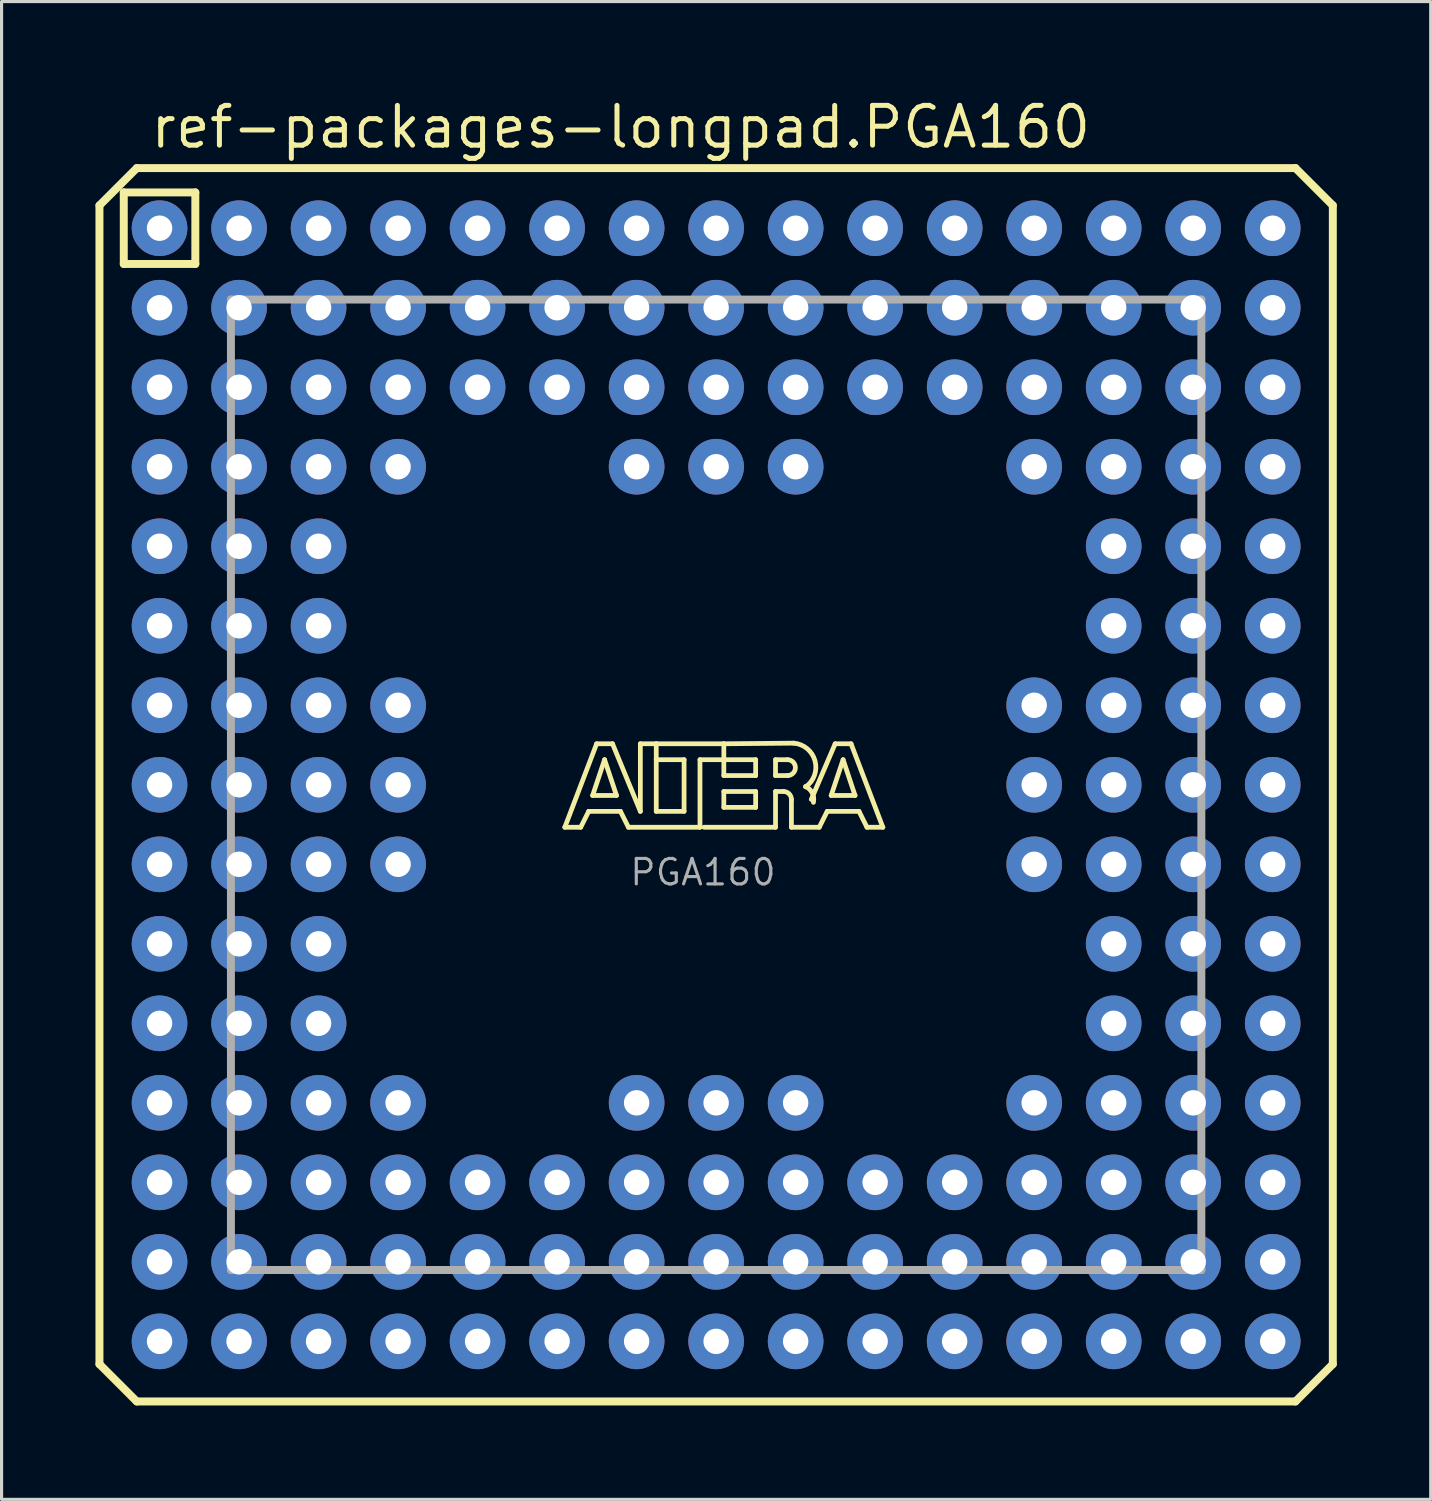
<source format=kicad_pcb>
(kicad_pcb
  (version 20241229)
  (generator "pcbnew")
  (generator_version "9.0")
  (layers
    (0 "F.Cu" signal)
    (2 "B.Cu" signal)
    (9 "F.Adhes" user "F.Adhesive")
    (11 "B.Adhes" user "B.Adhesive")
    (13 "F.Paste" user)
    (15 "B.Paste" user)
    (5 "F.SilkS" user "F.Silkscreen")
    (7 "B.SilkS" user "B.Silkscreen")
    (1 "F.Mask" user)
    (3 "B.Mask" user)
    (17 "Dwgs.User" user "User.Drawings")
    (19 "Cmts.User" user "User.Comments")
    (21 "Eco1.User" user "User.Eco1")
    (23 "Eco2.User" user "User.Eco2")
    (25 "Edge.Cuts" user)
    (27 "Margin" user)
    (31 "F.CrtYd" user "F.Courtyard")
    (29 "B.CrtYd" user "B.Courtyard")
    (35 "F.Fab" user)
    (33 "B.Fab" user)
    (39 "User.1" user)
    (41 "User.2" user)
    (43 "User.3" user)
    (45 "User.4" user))
  (footprint "ref-packages-longpad.PGA160"
    (layer "F.Cu")
    (at 19.827 22.02)
    (property "Reference" "ref-packages-longpad.PGA160" (at -18.15 -20.27 0) (layer "F.SilkS") (effects (font (size 1.27 1.27) (thickness 0.16)) (justify left bottom)))
    (attr through_hole)
    (fp_line (start -19.7 -18.508) (end -18.508 -19.7) (stroke (width 0.254) (type default)) (layer "F.SilkS"))
    (fp_line (start -19.7 18.508) (end -19.7 -18.508) (stroke (width 0.254) (type default)) (layer "F.SilkS"))
    (fp_line (start -18.923 -18.923) (end -16.637 -18.923) (stroke (width 0.254) (type default)) (layer "F.SilkS"))
    (fp_line (start -18.923 -16.637) (end -18.923 -18.923) (stroke (width 0.254) (type default)) (layer "F.SilkS"))
    (fp_line (start -18.508 -19.7) (end 18.508 -19.7) (stroke (width 0.254) (type default)) (layer "F.SilkS"))
    (fp_line (start -18.508 19.7) (end -19.7 18.508) (stroke (width 0.254) (type default)) (layer "F.SilkS"))
    (fp_line (start -16.637 -18.923) (end -16.637 -16.637) (stroke (width 0.254) (type default)) (layer "F.SilkS"))
    (fp_line (start -16.637 -16.637) (end -18.923 -16.637) (stroke (width 0.254) (type default)) (layer "F.SilkS"))
    (fp_line (start -4.834 1.357) (end -3.818 -1.31) (stroke (width 0.152) (type default)) (layer "F.SilkS"))
    (fp_line (start -4.326 1.357) (end -4.834 1.357) (stroke (width 0.152) (type default)) (layer "F.SilkS"))
    (fp_line (start -4.072 0.849) (end -4.326 1.357) (stroke (width 0.152) (type default)) (layer "F.SilkS"))
    (fp_line (start -3.945 0.341) (end -3.183 0.341) (stroke (width 0.152) (type default)) (layer "F.SilkS"))
    (fp_line (start -3.818 -1.31) (end -3.31 -1.31) (stroke (width 0.152) (type default)) (layer "F.SilkS"))
    (fp_line (start -3.564 -0.802) (end -3.945 0.341) (stroke (width 0.152) (type default)) (layer "F.SilkS"))
    (fp_line (start -3.31 -1.31) (end -2.421 0.849) (stroke (width 0.152) (type default)) (layer "F.SilkS"))
    (fp_line (start -3.183 0.341) (end -3.564 -0.802) (stroke (width 0.152) (type default)) (layer "F.SilkS"))
    (fp_line (start -3.056 0.849) (end -4.072 0.849) (stroke (width 0.152) (type default)) (layer "F.SilkS"))
    (fp_line (start -2.802 1.357) (end -3.056 0.849) (stroke (width 0.152) (type default)) (layer "F.SilkS"))
    (fp_line (start -2.421 -1.31) (end -1.913 -1.31) (stroke (width 0.152) (type default)) (layer "F.SilkS"))
    (fp_line (start -2.421 0.849) (end -2.421 -1.31) (stroke (width 0.152) (type default)) (layer "F.SilkS"))
    (fp_line (start -1.913 -1.31) (end -1.913 -0.802) (stroke (width 0.152) (type default)) (layer "F.SilkS"))
    (fp_line (start -1.913 -1.31) (end 0.246 -1.31) (stroke (width 0.152) (type default)) (layer "F.SilkS"))
    (fp_line (start -1.913 -0.802) (end -1.913 0.849) (stroke (width 0.152) (type default)) (layer "F.SilkS"))
    (fp_line (start -1.913 0.849) (end -1.024 0.849) (stroke (width 0.152) (type default)) (layer "F.SilkS"))
    (fp_line (start -1.024 -0.802) (end -1.913 -0.802) (stroke (width 0.152) (type default)) (layer "F.SilkS"))
    (fp_line (start -1.024 0.849) (end -1.024 -0.802) (stroke (width 0.152) (type default)) (layer "F.SilkS"))
    (fp_line (start -0.516 -0.802) (end -0.516 1.357) (stroke (width 0.152) (type default)) (layer "F.SilkS"))
    (fp_line (start -0.516 1.357) (end -2.802 1.357) (stroke (width 0.152) (type default)) (layer "F.SilkS"))
    (fp_line (start 0.246 -1.31) (end 0.246 -0.802) (stroke (width 0.152) (type default)) (layer "F.SilkS"))
    (fp_line (start 0.246 -1.31) (end 2.478 -1.33) (stroke (width 0.152) (type default)) (layer "F.SilkS"))
    (fp_line (start 0.246 -0.802) (end -0.516 -0.802) (stroke (width 0.152) (type default)) (layer "F.SilkS"))
    (fp_line (start 0.246 -0.802) (end 0.246 -0.294) (stroke (width 0.152) (type default)) (layer "F.SilkS"))
    (fp_line (start 0.246 -0.294) (end 1.262 -0.294) (stroke (width 0.152) (type default)) (layer "F.SilkS"))
    (fp_line (start 0.246 0.214) (end 1.262 0.214) (stroke (width 0.152) (type default)) (layer "F.SilkS"))
    (fp_line (start 0.246 0.722) (end 0.246 0.214) (stroke (width 0.152) (type default)) (layer "F.SilkS"))
    (fp_line (start 1.262 -0.802) (end 0.246 -0.802) (stroke (width 0.152) (type default)) (layer "F.SilkS"))
    (fp_line (start 1.262 -0.294) (end 1.262 -0.802) (stroke (width 0.152) (type default)) (layer "F.SilkS"))
    (fp_line (start 1.262 0.214) (end 1.262 0.722) (stroke (width 0.152) (type default)) (layer "F.SilkS"))
    (fp_line (start 1.262 0.722) (end 0.246 0.722) (stroke (width 0.152) (type default)) (layer "F.SilkS"))
    (fp_line (start 1.897 -0.802) (end 1.897 -0.294) (stroke (width 0.152) (type default)) (layer "F.SilkS"))
    (fp_line (start 1.897 -0.294) (end 2.278 -0.294) (stroke (width 0.152) (type default)) (layer "F.SilkS"))
    (fp_line (start 1.897 0.214) (end 1.897 1.357) (stroke (width 0.152) (type default)) (layer "F.SilkS"))
    (fp_line (start 1.897 0.214) (end 2.151 0.214) (stroke (width 0.152) (type default)) (layer "F.SilkS"))
    (fp_line (start 1.897 1.357) (end -0.389 1.357) (stroke (width 0.152) (type default)) (layer "F.SilkS"))
    (fp_line (start 2.278 -0.802) (end 1.897 -0.802) (stroke (width 0.152) (type default)) (layer "F.SilkS"))
    (fp_line (start 2.405 0.468) (end 2.405 1.357) (stroke (width 0.152) (type default)) (layer "F.SilkS"))
    (fp_line (start 2.405 1.357) (end 3.294 1.357) (stroke (width 0.152) (type default)) (layer "F.SilkS"))
    (fp_line (start 3.294 1.357) (end 3.548 0.849) (stroke (width 0.152) (type default)) (layer "F.SilkS"))
    (fp_line (start 3.548 0.849) (end 4.564 0.849) (stroke (width 0.152) (type default)) (layer "F.SilkS"))
    (fp_line (start 3.675 0.341) (end 4.056 -0.802) (stroke (width 0.152) (type default)) (layer "F.SilkS"))
    (fp_line (start 3.802 -1.31) (end 3.04 0.468) (stroke (width 0.152) (type default)) (layer "F.SilkS"))
    (fp_line (start 4.056 -0.802) (end 4.437 0.341) (stroke (width 0.152) (type default)) (layer "F.SilkS"))
    (fp_line (start 4.31 -1.31) (end 3.802 -1.31) (stroke (width 0.152) (type default)) (layer "F.SilkS"))
    (fp_line (start 4.437 0.341) (end 3.675 0.341) (stroke (width 0.152) (type default)) (layer "F.SilkS"))
    (fp_line (start 4.564 0.849) (end 4.818 1.357) (stroke (width 0.152) (type default)) (layer "F.SilkS"))
    (fp_line (start 4.818 1.357) (end 5.326 1.357) (stroke (width 0.152) (type default)) (layer "F.SilkS"))
    (fp_line (start 5.326 1.357) (end 4.31 -1.31) (stroke (width 0.152) (type default)) (layer "F.SilkS"))
    (fp_line (start 18.508 -19.7) (end 19.7 -18.508) (stroke (width 0.254) (type default)) (layer "F.SilkS"))
    (fp_line (start 18.508 19.7) (end -18.508 19.7) (stroke (width 0.254) (type default)) (layer "F.SilkS"))
    (fp_line (start 19.7 -18.508) (end 19.7 18.508) (stroke (width 0.254) (type default)) (layer "F.SilkS"))
    (fp_line (start 19.7 18.508) (end 18.508 19.7) (stroke (width 0.254) (type default)) (layer "F.SilkS"))
    (fp_arc (start 2.151 0.214) (mid 2.330605 0.288395) (end 2.405 0.468) (stroke (width 0.1524) (type default)) (layer "F.SilkS"))
    (fp_arc (start 2.278 -0.802) (mid 2.532 -0.548) (end 2.278 -0.294) (stroke (width 0.1524) (type default)) (layer "F.SilkS"))
    (fp_arc (start 2.4785 -1.33) (mid 3.158453 -0.76477) (end 2.8596 0.0674) (stroke (width 0.1524) (type default)) (layer "F.SilkS"))
    (fp_arc (start 2.8543 0.0531) (mid 3.070281 0.262587) (end 3.108 0.5611) (stroke (width 0.1524) (type default)) (layer "F.SilkS"))
    (fp_line (start -15.5 -15.5) (end -15.5 15.5) (stroke (width 0.254) (type default)) (layer "F.Fab"))
    (fp_line (start -15.5 15.5) (end 15.5 15.5) (stroke (width 0.254) (type default)) (layer "F.Fab"))
    (fp_line (start 15.5 -15.5) (end -15.5 -15.5) (stroke (width 0.254) (type default)) (layer "F.Fab"))
    (fp_line (start 15.5 15.5) (end 15.5 -15.5) (stroke (width 0.254) (type default)) (layer "F.Fab"))
    (fp_text user "PGA160" (at -2.81 3.27 0) (layer "F.Fab") (effects (font (size 0.813 0.813) (thickness 0.1)) (justify left bottom)))
    (pad "A1" thru_hole circle (at -17.78 -17.78) (size 1.778 1.778) (drill 0.813) (layers "*.Cu" "*.Mask"))
    (pad "A2" thru_hole circle (at -15.24 -17.78) (size 1.778 1.778) (drill 0.813) (layers "*.Cu" "*.Mask"))
    (pad "A3" thru_hole circle (at -12.7 -17.78) (size 1.778 1.778) (drill 0.813) (layers "*.Cu" "*.Mask"))
    (pad "A4" thru_hole circle (at -10.16 -17.78) (size 1.778 1.778) (drill 0.813) (layers "*.Cu" "*.Mask"))
    (pad "A5" thru_hole circle (at -7.62 -17.78) (size 1.778 1.778) (drill 0.813) (layers "*.Cu" "*.Mask"))
    (pad "A6" thru_hole circle (at -5.08 -17.78) (size 1.778 1.778) (drill 0.813) (layers "*.Cu" "*.Mask"))
    (pad "A7" thru_hole circle (at -2.54 -17.78) (size 1.778 1.778) (drill 0.813) (layers "*.Cu" "*.Mask"))
    (pad "A8" thru_hole circle (at 0 -17.78) (size 1.778 1.778) (drill 0.813) (layers "*.Cu" "*.Mask"))
    (pad "A9" thru_hole circle (at 2.54 -17.78) (size 1.778 1.778) (drill 0.813) (layers "*.Cu" "*.Mask"))
    (pad "A10" thru_hole circle (at 5.08 -17.78) (size 1.778 1.778) (drill 0.813) (layers "*.Cu" "*.Mask"))
    (pad "A11" thru_hole circle (at 7.62 -17.78) (size 1.778 1.778) (drill 0.813) (layers "*.Cu" "*.Mask"))
    (pad "A12" thru_hole circle (at 10.16 -17.78) (size 1.778 1.778) (drill 0.813) (layers "*.Cu" "*.Mask"))
    (pad "A13" thru_hole circle (at 12.7 -17.78) (size 1.778 1.778) (drill 0.813) (layers "*.Cu" "*.Mask"))
    (pad "A14" thru_hole circle (at 15.24 -17.78) (size 1.778 1.778) (drill 0.813) (layers "*.Cu" "*.Mask"))
    (pad "A15" thru_hole circle (at 17.78 -17.78) (size 1.778 1.778) (drill 0.813) (layers "*.Cu" "*.Mask"))
    (pad "B1" thru_hole circle (at -17.78 -15.24) (size 1.778 1.778) (drill 0.813) (layers "*.Cu" "*.Mask"))
    (pad "B2" thru_hole circle (at -15.24 -15.24) (size 1.778 1.778) (drill 0.813) (layers "*.Cu" "*.Mask"))
    (pad "B3" thru_hole circle (at -12.7 -15.24) (size 1.778 1.778) (drill 0.813) (layers "*.Cu" "*.Mask"))
    (pad "B4" thru_hole circle (at -10.16 -15.24) (size 1.778 1.778) (drill 0.813) (layers "*.Cu" "*.Mask"))
    (pad "B5" thru_hole circle (at -7.62 -15.24) (size 1.778 1.778) (drill 0.813) (layers "*.Cu" "*.Mask"))
    (pad "B6" thru_hole circle (at -5.08 -15.24) (size 1.778 1.778) (drill 0.813) (layers "*.Cu" "*.Mask"))
    (pad "B7" thru_hole circle (at -2.54 -15.24) (size 1.778 1.778) (drill 0.813) (layers "*.Cu" "*.Mask"))
    (pad "B8" thru_hole circle (at 0 -15.24) (size 1.778 1.778) (drill 0.813) (layers "*.Cu" "*.Mask"))
    (pad "B9" thru_hole circle (at 2.54 -15.24) (size 1.778 1.778) (drill 0.813) (layers "*.Cu" "*.Mask"))
    (pad "B10" thru_hole circle (at 5.08 -15.24) (size 1.778 1.778) (drill 0.813) (layers "*.Cu" "*.Mask"))
    (pad "B11" thru_hole circle (at 7.62 -15.24) (size 1.778 1.778) (drill 0.813) (layers "*.Cu" "*.Mask"))
    (pad "B12" thru_hole circle (at 10.16 -15.24) (size 1.778 1.778) (drill 0.813) (layers "*.Cu" "*.Mask"))
    (pad "B13" thru_hole circle (at 12.7 -15.24) (size 1.778 1.778) (drill 0.813) (layers "*.Cu" "*.Mask"))
    (pad "B14" thru_hole circle (at 15.24 -15.24) (size 1.778 1.778) (drill 0.813) (layers "*.Cu" "*.Mask"))
    (pad "B15" thru_hole circle (at 17.78 -15.24) (size 1.778 1.778) (drill 0.813) (layers "*.Cu" "*.Mask"))
    (pad "C1" thru_hole circle (at -17.78 -12.7) (size 1.778 1.778) (drill 0.813) (layers "*.Cu" "*.Mask"))
    (pad "C2" thru_hole circle (at -15.24 -12.7) (size 1.778 1.778) (drill 0.813) (layers "*.Cu" "*.Mask"))
    (pad "C3" thru_hole circle (at -12.7 -12.7) (size 1.778 1.778) (drill 0.813) (layers "*.Cu" "*.Mask"))
    (pad "C4" thru_hole circle (at -10.16 -12.7) (size 1.778 1.778) (drill 0.813) (layers "*.Cu" "*.Mask"))
    (pad "C5" thru_hole circle (at -7.62 -12.7) (size 1.778 1.778) (drill 0.813) (layers "*.Cu" "*.Mask"))
    (pad "C6" thru_hole circle (at -5.08 -12.7) (size 1.778 1.778) (drill 0.813) (layers "*.Cu" "*.Mask"))
    (pad "C7" thru_hole circle (at -2.54 -12.7) (size 1.778 1.778) (drill 0.813) (layers "*.Cu" "*.Mask"))
    (pad "C8" thru_hole circle (at 0 -12.7) (size 1.778 1.778) (drill 0.813) (layers "*.Cu" "*.Mask"))
    (pad "C9" thru_hole circle (at 2.54 -12.7) (size 1.778 1.778) (drill 0.813) (layers "*.Cu" "*.Mask"))
    (pad "C10" thru_hole circle (at 5.08 -12.7) (size 1.778 1.778) (drill 0.813) (layers "*.Cu" "*.Mask"))
    (pad "C11" thru_hole circle (at 7.62 -12.7) (size 1.778 1.778) (drill 0.813) (layers "*.Cu" "*.Mask"))
    (pad "C12" thru_hole circle (at 10.16 -12.7) (size 1.778 1.778) (drill 0.813) (layers "*.Cu" "*.Mask"))
    (pad "C13" thru_hole circle (at 12.7 -12.7) (size 1.778 1.778) (drill 0.813) (layers "*.Cu" "*.Mask"))
    (pad "C14" thru_hole circle (at 15.24 -12.7) (size 1.778 1.778) (drill 0.813) (layers "*.Cu" "*.Mask"))
    (pad "C15" thru_hole circle (at 17.78 -12.7) (size 1.778 1.778) (drill 0.813) (layers "*.Cu" "*.Mask"))
    (pad "D1" thru_hole circle (at -17.78 -10.16) (size 1.778 1.778) (drill 0.813) (layers "*.Cu" "*.Mask"))
    (pad "D2" thru_hole circle (at -15.24 -10.16) (size 1.778 1.778) (drill 0.813) (layers "*.Cu" "*.Mask"))
    (pad "D3" thru_hole circle (at -12.7 -10.16) (size 1.778 1.778) (drill 0.813) (layers "*.Cu" "*.Mask"))
    (pad "D4" thru_hole circle (at -10.16 -10.16) (size 1.778 1.778) (drill 0.813) (layers "*.Cu" "*.Mask"))
    (pad "D7" thru_hole circle (at -2.54 -10.16) (size 1.778 1.778) (drill 0.813) (layers "*.Cu" "*.Mask"))
    (pad "D8" thru_hole circle (at 0 -10.16) (size 1.778 1.778) (drill 0.813) (layers "*.Cu" "*.Mask"))
    (pad "D9" thru_hole circle (at 2.54 -10.16) (size 1.778 1.778) (drill 0.813) (layers "*.Cu" "*.Mask"))
    (pad "D12" thru_hole circle (at 10.16 -10.16) (size 1.778 1.778) (drill 0.813) (layers "*.Cu" "*.Mask"))
    (pad "D13" thru_hole circle (at 12.7 -10.16) (size 1.778 1.778) (drill 0.813) (layers "*.Cu" "*.Mask"))
    (pad "D14" thru_hole circle (at 15.24 -10.16) (size 1.778 1.778) (drill 0.813) (layers "*.Cu" "*.Mask"))
    (pad "D15" thru_hole circle (at 17.78 -10.16) (size 1.778 1.778) (drill 0.813) (layers "*.Cu" "*.Mask"))
    (pad "E1" thru_hole circle (at -17.78 -7.62) (size 1.778 1.778) (drill 0.813) (layers "*.Cu" "*.Mask"))
    (pad "E2" thru_hole circle (at -15.24 -7.62) (size 1.778 1.778) (drill 0.813) (layers "*.Cu" "*.Mask"))
    (pad "E3" thru_hole circle (at -12.7 -7.62) (size 1.778 1.778) (drill 0.813) (layers "*.Cu" "*.Mask"))
    (pad "E13" thru_hole circle (at 12.7 -7.62) (size 1.778 1.778) (drill 0.813) (layers "*.Cu" "*.Mask"))
    (pad "E14" thru_hole circle (at 15.24 -7.62) (size 1.778 1.778) (drill 0.813) (layers "*.Cu" "*.Mask"))
    (pad "E15" thru_hole circle (at 17.78 -7.62) (size 1.778 1.778) (drill 0.813) (layers "*.Cu" "*.Mask"))
    (pad "F1" thru_hole circle (at -17.78 -5.08) (size 1.778 1.778) (drill 0.813) (layers "*.Cu" "*.Mask"))
    (pad "F2" thru_hole circle (at -15.24 -5.08) (size 1.778 1.778) (drill 0.813) (layers "*.Cu" "*.Mask"))
    (pad "F3" thru_hole circle (at -12.7 -5.08) (size 1.778 1.778) (drill 0.813) (layers "*.Cu" "*.Mask"))
    (pad "F13" thru_hole circle (at 12.7 -5.08) (size 1.778 1.778) (drill 0.813) (layers "*.Cu" "*.Mask"))
    (pad "F14" thru_hole circle (at 15.24 -5.08) (size 1.778 1.778) (drill 0.813) (layers "*.Cu" "*.Mask"))
    (pad "F15" thru_hole circle (at 17.78 -5.08) (size 1.778 1.778) (drill 0.813) (layers "*.Cu" "*.Mask"))
    (pad "G1" thru_hole circle (at -17.78 -2.54) (size 1.778 1.778) (drill 0.813) (layers "*.Cu" "*.Mask"))
    (pad "G2" thru_hole circle (at -15.24 -2.54) (size 1.778 1.778) (drill 0.813) (layers "*.Cu" "*.Mask"))
    (pad "G3" thru_hole circle (at -12.7 -2.54) (size 1.778 1.778) (drill 0.813) (layers "*.Cu" "*.Mask"))
    (pad "G4" thru_hole circle (at -10.16 -2.54) (size 1.778 1.778) (drill 0.813) (layers "*.Cu" "*.Mask"))
    (pad "G12" thru_hole circle (at 10.16 -2.54) (size 1.778 1.778) (drill 0.813) (layers "*.Cu" "*.Mask"))
    (pad "G13" thru_hole circle (at 12.7 -2.54) (size 1.778 1.778) (drill 0.813) (layers "*.Cu" "*.Mask"))
    (pad "G14" thru_hole circle (at 15.24 -2.54) (size 1.778 1.778) (drill 0.813) (layers "*.Cu" "*.Mask"))
    (pad "G15" thru_hole circle (at 17.78 -2.54) (size 1.778 1.778) (drill 0.813) (layers "*.Cu" "*.Mask"))
    (pad "H1" thru_hole circle (at -17.78 0) (size 1.778 1.778) (drill 0.813) (layers "*.Cu" "*.Mask"))
    (pad "H2" thru_hole circle (at -15.24 0) (size 1.778 1.778) (drill 0.813) (layers "*.Cu" "*.Mask"))
    (pad "H3" thru_hole circle (at -12.7 0) (size 1.778 1.778) (drill 0.813) (layers "*.Cu" "*.Mask"))
    (pad "H4" thru_hole circle (at -10.16 0) (size 1.778 1.778) (drill 0.813) (layers "*.Cu" "*.Mask"))
    (pad "H12" thru_hole circle (at 10.16 0) (size 1.778 1.778) (drill 0.813) (layers "*.Cu" "*.Mask"))
    (pad "H13" thru_hole circle (at 12.7 0) (size 1.778 1.778) (drill 0.813) (layers "*.Cu" "*.Mask"))
    (pad "H14" thru_hole circle (at 15.24 0) (size 1.778 1.778) (drill 0.813) (layers "*.Cu" "*.Mask"))
    (pad "H15" thru_hole circle (at 17.78 0) (size 1.778 1.778) (drill 0.813) (layers "*.Cu" "*.Mask"))
    (pad "J1" thru_hole circle (at -17.78 2.54) (size 1.778 1.778) (drill 0.813) (layers "*.Cu" "*.Mask"))
    (pad "J2" thru_hole circle (at -15.24 2.54) (size 1.778 1.778) (drill 0.813) (layers "*.Cu" "*.Mask"))
    (pad "J3" thru_hole circle (at -12.7 2.54) (size 1.778 1.778) (drill 0.813) (layers "*.Cu" "*.Mask"))
    (pad "J4" thru_hole circle (at -10.16 2.54) (size 1.778 1.778) (drill 0.813) (layers "*.Cu" "*.Mask"))
    (pad "J12" thru_hole circle (at 10.16 2.54) (size 1.778 1.778) (drill 0.813) (layers "*.Cu" "*.Mask"))
    (pad "J13" thru_hole circle (at 12.7 2.54) (size 1.778 1.778) (drill 0.813) (layers "*.Cu" "*.Mask"))
    (pad "J14" thru_hole circle (at 15.24 2.54) (size 1.778 1.778) (drill 0.813) (layers "*.Cu" "*.Mask"))
    (pad "J15" thru_hole circle (at 17.78 2.54) (size 1.778 1.778) (drill 0.813) (layers "*.Cu" "*.Mask"))
    (pad "K1" thru_hole circle (at -17.78 5.08) (size 1.778 1.778) (drill 0.813) (layers "*.Cu" "*.Mask"))
    (pad "K2" thru_hole circle (at -15.24 5.08) (size 1.778 1.778) (drill 0.813) (layers "*.Cu" "*.Mask"))
    (pad "K3" thru_hole circle (at -12.7 5.08) (size 1.778 1.778) (drill 0.813) (layers "*.Cu" "*.Mask"))
    (pad "K13" thru_hole circle (at 12.7 5.08) (size 1.778 1.778) (drill 0.813) (layers "*.Cu" "*.Mask"))
    (pad "K14" thru_hole circle (at 15.24 5.08) (size 1.778 1.778) (drill 0.813) (layers "*.Cu" "*.Mask"))
    (pad "K15" thru_hole circle (at 17.78 5.08) (size 1.778 1.778) (drill 0.813) (layers "*.Cu" "*.Mask"))
    (pad "L1" thru_hole circle (at -17.78 7.62) (size 1.778 1.778) (drill 0.813) (layers "*.Cu" "*.Mask"))
    (pad "L2" thru_hole circle (at -15.24 7.62) (size 1.778 1.778) (drill 0.813) (layers "*.Cu" "*.Mask"))
    (pad "L3" thru_hole circle (at -12.7 7.62) (size 1.778 1.778) (drill 0.813) (layers "*.Cu" "*.Mask"))
    (pad "L13" thru_hole circle (at 12.7 7.62) (size 1.778 1.778) (drill 0.813) (layers "*.Cu" "*.Mask"))
    (pad "L14" thru_hole circle (at 15.24 7.62) (size 1.778 1.778) (drill 0.813) (layers "*.Cu" "*.Mask"))
    (pad "L15" thru_hole circle (at 17.78 7.62) (size 1.778 1.778) (drill 0.813) (layers "*.Cu" "*.Mask"))
    (pad "M1" thru_hole circle (at -17.78 10.16) (size 1.778 1.778) (drill 0.813) (layers "*.Cu" "*.Mask"))
    (pad "M2" thru_hole circle (at -15.24 10.16) (size 1.778 1.778) (drill 0.813) (layers "*.Cu" "*.Mask"))
    (pad "M3" thru_hole circle (at -12.7 10.16) (size 1.778 1.778) (drill 0.813) (layers "*.Cu" "*.Mask"))
    (pad "M4" thru_hole circle (at -10.16 10.16) (size 1.778 1.778) (drill 0.813) (layers "*.Cu" "*.Mask"))
    (pad "M7" thru_hole circle (at -2.54 10.16) (size 1.778 1.778) (drill 0.813) (layers "*.Cu" "*.Mask"))
    (pad "M8" thru_hole circle (at 0 10.16) (size 1.778 1.778) (drill 0.813) (layers "*.Cu" "*.Mask"))
    (pad "M9" thru_hole circle (at 2.54 10.16) (size 1.778 1.778) (drill 0.813) (layers "*.Cu" "*.Mask"))
    (pad "M12" thru_hole circle (at 10.16 10.16) (size 1.778 1.778) (drill 0.813) (layers "*.Cu" "*.Mask"))
    (pad "M13" thru_hole circle (at 12.7 10.16) (size 1.778 1.778) (drill 0.813) (layers "*.Cu" "*.Mask"))
    (pad "M14" thru_hole circle (at 15.24 10.16) (size 1.778 1.778) (drill 0.813) (layers "*.Cu" "*.Mask"))
    (pad "M15" thru_hole circle (at 17.78 10.16) (size 1.778 1.778) (drill 0.813) (layers "*.Cu" "*.Mask"))
    (pad "N1" thru_hole circle (at -17.78 12.7) (size 1.778 1.778) (drill 0.813) (layers "*.Cu" "*.Mask"))
    (pad "N2" thru_hole circle (at -15.24 12.7) (size 1.778 1.778) (drill 0.813) (layers "*.Cu" "*.Mask"))
    (pad "N3" thru_hole circle (at -12.7 12.7) (size 1.778 1.778) (drill 0.813) (layers "*.Cu" "*.Mask"))
    (pad "N4" thru_hole circle (at -10.16 12.7) (size 1.778 1.778) (drill 0.813) (layers "*.Cu" "*.Mask"))
    (pad "N5" thru_hole circle (at -7.62 12.7) (size 1.778 1.778) (drill 0.813) (layers "*.Cu" "*.Mask"))
    (pad "N6" thru_hole circle (at -5.08 12.7) (size 1.778 1.778) (drill 0.813) (layers "*.Cu" "*.Mask"))
    (pad "N7" thru_hole circle (at -2.54 12.7) (size 1.778 1.778) (drill 0.813) (layers "*.Cu" "*.Mask"))
    (pad "N8" thru_hole circle (at 0 12.7) (size 1.778 1.778) (drill 0.813) (layers "*.Cu" "*.Mask"))
    (pad "N9" thru_hole circle (at 2.54 12.7) (size 1.778 1.778) (drill 0.813) (layers "*.Cu" "*.Mask"))
    (pad "N10" thru_hole circle (at 5.08 12.7) (size 1.778 1.778) (drill 0.813) (layers "*.Cu" "*.Mask"))
    (pad "N11" thru_hole circle (at 7.62 12.7) (size 1.778 1.778) (drill 0.813) (layers "*.Cu" "*.Mask"))
    (pad "N12" thru_hole circle (at 10.16 12.7) (size 1.778 1.778) (drill 0.813) (layers "*.Cu" "*.Mask"))
    (pad "N13" thru_hole circle (at 12.7 12.7) (size 1.778 1.778) (drill 0.813) (layers "*.Cu" "*.Mask"))
    (pad "N14" thru_hole circle (at 15.24 12.7) (size 1.778 1.778) (drill 0.813) (layers "*.Cu" "*.Mask"))
    (pad "N15" thru_hole circle (at 17.78 12.7) (size 1.778 1.778) (drill 0.813) (layers "*.Cu" "*.Mask"))
    (pad "P1" thru_hole circle (at -17.78 15.24) (size 1.778 1.778) (drill 0.813) (layers "*.Cu" "*.Mask"))
    (pad "P2" thru_hole circle (at -15.24 15.24) (size 1.778 1.778) (drill 0.813) (layers "*.Cu" "*.Mask"))
    (pad "P3" thru_hole circle (at -12.7 15.24) (size 1.778 1.778) (drill 0.813) (layers "*.Cu" "*.Mask"))
    (pad "P4" thru_hole circle (at -10.16 15.24) (size 1.778 1.778) (drill 0.813) (layers "*.Cu" "*.Mask"))
    (pad "P5" thru_hole circle (at -7.62 15.24) (size 1.778 1.778) (drill 0.813) (layers "*.Cu" "*.Mask"))
    (pad "P6" thru_hole circle (at -5.08 15.24) (size 1.778 1.778) (drill 0.813) (layers "*.Cu" "*.Mask"))
    (pad "P7" thru_hole circle (at -2.54 15.24) (size 1.778 1.778) (drill 0.813) (layers "*.Cu" "*.Mask"))
    (pad "P8" thru_hole circle (at 0 15.24) (size 1.778 1.778) (drill 0.813) (layers "*.Cu" "*.Mask"))
    (pad "P9" thru_hole circle (at 2.54 15.24) (size 1.778 1.778) (drill 0.813) (layers "*.Cu" "*.Mask"))
    (pad "P10" thru_hole circle (at 5.08 15.24) (size 1.778 1.778) (drill 0.813) (layers "*.Cu" "*.Mask"))
    (pad "P11" thru_hole circle (at 7.62 15.24) (size 1.778 1.778) (drill 0.813) (layers "*.Cu" "*.Mask"))
    (pad "P12" thru_hole circle (at 10.16 15.24) (size 1.778 1.778) (drill 0.813) (layers "*.Cu" "*.Mask"))
    (pad "P13" thru_hole circle (at 12.7 15.24) (size 1.778 1.778) (drill 0.813) (layers "*.Cu" "*.Mask"))
    (pad "P14" thru_hole circle (at 15.24 15.24) (size 1.778 1.778) (drill 0.813) (layers "*.Cu" "*.Mask"))
    (pad "P15" thru_hole circle (at 17.78 15.24) (size 1.778 1.778) (drill 0.813) (layers "*.Cu" "*.Mask"))
    (pad "R1" thru_hole circle (at -17.78 17.78) (size 1.778 1.778) (drill 0.813) (layers "*.Cu" "*.Mask"))
    (pad "R2" thru_hole circle (at -15.24 17.78) (size 1.778 1.778) (drill 0.813) (layers "*.Cu" "*.Mask"))
    (pad "R3" thru_hole circle (at -12.7 17.78) (size 1.778 1.778) (drill 0.813) (layers "*.Cu" "*.Mask"))
    (pad "R4" thru_hole circle (at -10.16 17.78) (size 1.778 1.778) (drill 0.813) (layers "*.Cu" "*.Mask"))
    (pad "R5" thru_hole circle (at -7.62 17.78) (size 1.778 1.778) (drill 0.813) (layers "*.Cu" "*.Mask"))
    (pad "R6" thru_hole circle (at -5.08 17.78) (size 1.778 1.778) (drill 0.813) (layers "*.Cu" "*.Mask"))
    (pad "R7" thru_hole circle (at -2.54 17.78) (size 1.778 1.778) (drill 0.813) (layers "*.Cu" "*.Mask"))
    (pad "R8" thru_hole circle (at 0 17.78) (size 1.778 1.778) (drill 0.813) (layers "*.Cu" "*.Mask"))
    (pad "R9" thru_hole circle (at 2.54 17.78) (size 1.778 1.778) (drill 0.813) (layers "*.Cu" "*.Mask"))
    (pad "R10" thru_hole circle (at 5.08 17.78) (size 1.778 1.778) (drill 0.813) (layers "*.Cu" "*.Mask"))
    (pad "R11" thru_hole circle (at 7.62 17.78) (size 1.778 1.778) (drill 0.813) (layers "*.Cu" "*.Mask"))
    (pad "R12" thru_hole circle (at 10.16 17.78) (size 1.778 1.778) (drill 0.813) (layers "*.Cu" "*.Mask"))
    (pad "R13" thru_hole circle (at 12.7 17.78) (size 1.778 1.778) (drill 0.813) (layers "*.Cu" "*.Mask"))
    (pad "R14" thru_hole circle (at 15.24 17.78) (size 1.778 1.778) (drill 0.813) (layers "*.Cu" "*.Mask"))
    (pad "R15" thru_hole circle (at 17.78 17.78) (size 1.778 1.778) (drill 0.813) (layers "*.Cu" "*.Mask")))
  (gr_rect
    (start -3 -3)
    (end 42.654 44.847)
    (stroke (width 0.1) (type default))
    (fill no)
    (layer "Edge.Cuts")))
</source>
